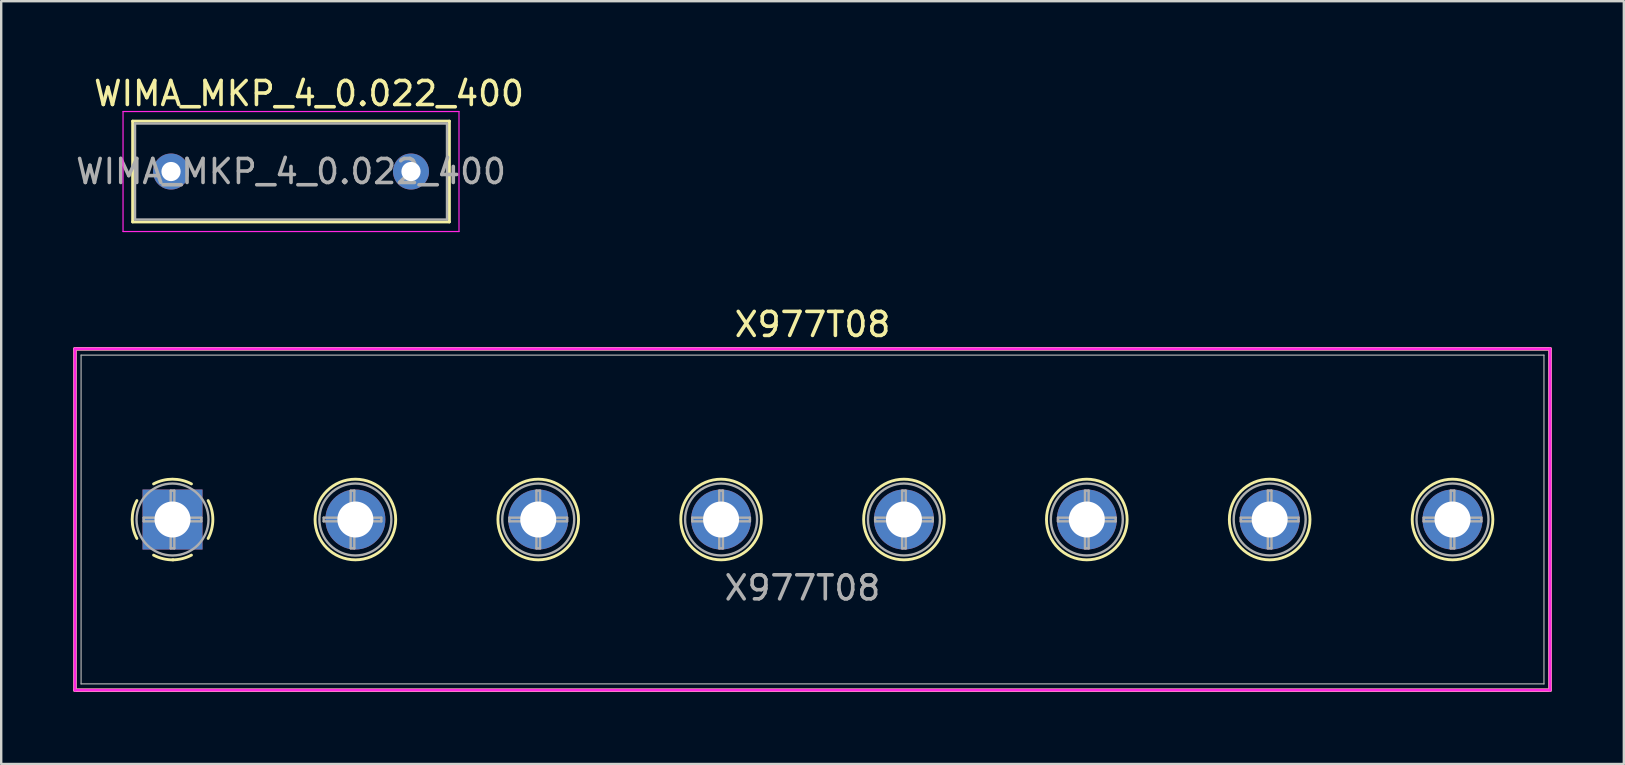
<source format=kicad_pcb>
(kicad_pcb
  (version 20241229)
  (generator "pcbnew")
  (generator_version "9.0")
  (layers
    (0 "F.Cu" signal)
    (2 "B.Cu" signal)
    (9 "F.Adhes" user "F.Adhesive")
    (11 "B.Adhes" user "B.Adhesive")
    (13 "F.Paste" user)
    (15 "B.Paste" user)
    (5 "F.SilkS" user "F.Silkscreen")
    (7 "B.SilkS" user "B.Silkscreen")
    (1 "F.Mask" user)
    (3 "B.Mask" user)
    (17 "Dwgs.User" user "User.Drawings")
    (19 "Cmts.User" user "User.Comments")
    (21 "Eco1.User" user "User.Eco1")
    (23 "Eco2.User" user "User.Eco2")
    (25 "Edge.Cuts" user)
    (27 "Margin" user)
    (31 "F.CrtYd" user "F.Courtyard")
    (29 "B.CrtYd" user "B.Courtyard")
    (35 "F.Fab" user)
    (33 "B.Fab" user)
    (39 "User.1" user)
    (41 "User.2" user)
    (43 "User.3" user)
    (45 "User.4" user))
  (footprint "WIMA_MKP_4_0.022_400"
    (layer "F.Cu")
    (at 4.077 4.098)
    (property "Reference" "WIMA_MKP_4_0.022_400" (at 5.75 -3.25 0) (layer "F.SilkS") (effects (font (size 1 1) (thickness 0.15))))
    (attr through_hole)
    (fp_line (start -1.6 -2.1) (end -1.6 2.1) (stroke (width 0.12) (type solid)) (layer "F.SilkS"))
    (fp_line (start -1.6 2.1) (end 11.6 2.1) (stroke (width 0.12) (type solid)) (layer "F.SilkS"))
    (fp_line (start 11.6 -2.1) (end -1.6 -2.1) (stroke (width 0.12) (type solid)) (layer "F.SilkS"))
    (fp_line (start 11.6 2.1) (end 11.6 -2.1) (stroke (width 0.12) (type solid)) (layer "F.SilkS"))
    (fp_line (start -2 -2.5) (end -2 2.5) (stroke (width 0.05) (type solid)) (layer "F.CrtYd"))
    (fp_line (start -2 2.5) (end 12 2.5) (stroke (width 0.05) (type solid)) (layer "F.CrtYd"))
    (fp_line (start 12 -2.5) (end -2 -2.5) (stroke (width 0.05) (type solid)) (layer "F.CrtYd"))
    (fp_line (start 12 2.5) (end 12 -2.5) (stroke (width 0.05) (type solid)) (layer "F.CrtYd"))
    (fp_line (start -1.5 -2) (end -1.5 2) (stroke (width 0.1) (type solid)) (layer "F.Fab"))
    (fp_line (start -1.5 2) (end 11.5 2) (stroke (width 0.1) (type solid)) (layer "F.Fab"))
    (fp_line (start 11.5 -2) (end -1.5 -2) (stroke (width 0.1) (type solid)) (layer "F.Fab"))
    (fp_line (start 11.5 2) (end 11.5 -2) (stroke (width 0.1) (type solid)) (layer "F.Fab"))
    (fp_text user "${REFERENCE}" (at 5 0 0) (layer "F.Fab") (effects (font (size 1 1) (thickness 0.15))))
    (pad "1" thru_hole circle (at 0 0) (size 1.5 1.5) (drill 0.8) (layers "*.Cu" "*.Mask"))
    (pad "2" thru_hole circle (at 10 0) (size 1.5 1.5) (drill 0.8) (layers "*.Cu" "*.Mask")))
  (footprint "X977T08"
    (layer "F.Cu")
    (at 4.139 18.599)
    (property "Reference" "X977T08" (at 26.67 -8.128 0) (layer "F.SilkS") (effects (font (size 1 1) (thickness 0.15))))
    (attr through_hole)
    (fp_line (start -4.064 -7.112) (end -4.064 7.112) (stroke (width 0.15) (type solid)) (layer "F.SilkS"))
    (fp_line (start -4.064 7.112) (end 57.404 7.112) (stroke (width 0.15) (type solid)) (layer "F.SilkS"))
    (fp_line (start 57.404 -7.112) (end -4.064 -7.112) (stroke (width 0.15) (type solid)) (layer "F.SilkS"))
    (fp_line (start 57.404 7.112) (end 57.404 -7.112) (stroke (width 0.15) (type solid)) (layer "F.SilkS"))
    (fp_arc (start -1.483953 0.789089) (mid -1.680708 0.00005) (end -1.484 -0.789) (stroke (width 0.12) (type solid)) (layer "F.SilkS"))
    (fp_arc (start -0.789089 -1.483953) (mid -0.00005 -1.680708) (end 0.789 -1.484) (stroke (width 0.12) (type solid)) (layer "F.SilkS"))
    (fp_arc (start 0.029383 1.68045) (mid -0.392304 1.634281) (end -0.789 1.484) (stroke (width 0.12) (type solid)) (layer "F.SilkS"))
    (fp_arc (start 0.788712 1.483352) (mid 0.406429 1.630097) (end 0 1.68) (stroke (width 0.12) (type solid)) (layer "F.SilkS"))
    (fp_arc (start 1.483953 -0.789089) (mid 1.680708 -0.00005) (end 1.484 0.789) (stroke (width 0.12) (type solid)) (layer "F.SilkS"))
    (fp_circle (center 7.62 0) (end 9.3 0) (stroke (width 0.12) (type solid)) (fill no) (layer "F.SilkS"))
    (fp_circle (center 15.24 0) (end 16.92 0) (stroke (width 0.12) (type solid)) (fill no) (layer "F.SilkS"))
    (fp_circle (center 22.86 0) (end 24.54 0) (stroke (width 0.12) (type solid)) (fill no) (layer "F.SilkS"))
    (fp_circle (center 30.48 0) (end 32.16 0) (stroke (width 0.12) (type solid)) (fill no) (layer "F.SilkS"))
    (fp_circle (center 38.1 0) (end 39.78 0) (stroke (width 0.12) (type solid)) (fill no) (layer "F.SilkS"))
    (fp_circle (center 45.72 0) (end 47.4 0) (stroke (width 0.12) (type solid)) (fill no) (layer "F.SilkS"))
    (fp_circle (center 53.34 0) (end 55.02 0) (stroke (width 0.12) (type solid)) (fill no) (layer "F.SilkS"))
    (fp_line (start -4.064 -7.112) (end 57.404 -7.112) (stroke (width 0.12) (type solid)) (layer "F.CrtYd"))
    (fp_line (start -4.064 7.112) (end -4.064 -7.112) (stroke (width 0.12) (type solid)) (layer "F.CrtYd"))
    (fp_line (start 57.404 -7.112) (end 57.404 7.112) (stroke (width 0.12) (type solid)) (layer "F.CrtYd"))
    (fp_line (start 57.404 7.112) (end -4.064 7.112) (stroke (width 0.12) (type solid)) (layer "F.CrtYd"))
    (fp_line (start -3.81 -6.85) (end -3.81 6.85) (stroke (width 0.05) (type solid)) (layer "F.Fab"))
    (fp_line (start -3.81 6.85) (end 57.15 6.85) (stroke (width 0.05) (type solid)) (layer "F.Fab"))
    (fp_line (start -1.201 -0.076) (end -0.076 -0.076) (stroke (width 0.1) (type solid)) (layer "F.Fab"))
    (fp_line (start -1.201 0.076) (end -1.201 -0.076) (stroke (width 0.1) (type solid)) (layer "F.Fab"))
    (fp_line (start -0.076 -1.201) (end 0.076 -1.201) (stroke (width 0.1) (type solid)) (layer "F.Fab"))
    (fp_line (start -0.076 -0.076) (end -0.076 -1.201) (stroke (width 0.1) (type solid)) (layer "F.Fab"))
    (fp_line (start -0.076 0.076) (end -1.201 0.076) (stroke (width 0.1) (type solid)) (layer "F.Fab"))
    (fp_line (start -0.076 1.201) (end -0.076 0.076) (stroke (width 0.1) (type solid)) (layer "F.Fab"))
    (fp_line (start 0.076 -1.201) (end 0.076 -0.076) (stroke (width 0.1) (type solid)) (layer "F.Fab"))
    (fp_line (start 0.076 -0.076) (end 1.201 -0.076) (stroke (width 0.1) (type solid)) (layer "F.Fab"))
    (fp_line (start 0.076 0.076) (end 0.076 1.201) (stroke (width 0.1) (type solid)) (layer "F.Fab"))
    (fp_line (start 0.076 1.201) (end -0.076 1.201) (stroke (width 0.1) (type solid)) (layer "F.Fab"))
    (fp_line (start 1.201 -0.076) (end 1.201 0.076) (stroke (width 0.1) (type solid)) (layer "F.Fab"))
    (fp_line (start 1.201 0.076) (end 0.076 0.076) (stroke (width 0.1) (type solid)) (layer "F.Fab"))
    (fp_line (start 6.299 -0.076) (end 7.424 -0.076) (stroke (width 0.1) (type solid)) (layer "F.Fab"))
    (fp_line (start 6.299 0.076) (end 6.299 -0.076) (stroke (width 0.1) (type solid)) (layer "F.Fab"))
    (fp_line (start 7.424 -1.201) (end 7.576 -1.201) (stroke (width 0.1) (type solid)) (layer "F.Fab"))
    (fp_line (start 7.424 -0.076) (end 7.424 -1.201) (stroke (width 0.1) (type solid)) (layer "F.Fab"))
    (fp_line (start 7.424 0.076) (end 6.299 0.076) (stroke (width 0.1) (type solid)) (layer "F.Fab"))
    (fp_line (start 7.424 1.201) (end 7.424 0.076) (stroke (width 0.1) (type solid)) (layer "F.Fab"))
    (fp_line (start 7.576 -1.201) (end 7.576 -0.076) (stroke (width 0.1) (type solid)) (layer "F.Fab"))
    (fp_line (start 7.576 -0.076) (end 8.701 -0.076) (stroke (width 0.1) (type solid)) (layer "F.Fab"))
    (fp_line (start 7.576 0.076) (end 7.576 1.201) (stroke (width 0.1) (type solid)) (layer "F.Fab"))
    (fp_line (start 7.576 1.201) (end 7.424 1.201) (stroke (width 0.1) (type solid)) (layer "F.Fab"))
    (fp_line (start 8.701 -0.076) (end 8.701 0.076) (stroke (width 0.1) (type solid)) (layer "F.Fab"))
    (fp_line (start 8.701 0.076) (end 7.576 0.076) (stroke (width 0.1) (type solid)) (layer "F.Fab"))
    (fp_line (start 14.039 -0.076) (end 15.164 -0.076) (stroke (width 0.1) (type solid)) (layer "F.Fab"))
    (fp_line (start 14.039 0.076) (end 14.039 -0.076) (stroke (width 0.1) (type solid)) (layer "F.Fab"))
    (fp_line (start 15.164 -1.201) (end 15.316 -1.201) (stroke (width 0.1) (type solid)) (layer "F.Fab"))
    (fp_line (start 15.164 -0.076) (end 15.164 -1.201) (stroke (width 0.1) (type solid)) (layer "F.Fab"))
    (fp_line (start 15.164 0.076) (end 14.039 0.076) (stroke (width 0.1) (type solid)) (layer "F.Fab"))
    (fp_line (start 15.164 1.201) (end 15.164 0.076) (stroke (width 0.1) (type solid)) (layer "F.Fab"))
    (fp_line (start 15.316 -1.201) (end 15.316 -0.076) (stroke (width 0.1) (type solid)) (layer "F.Fab"))
    (fp_line (start 15.316 -0.076) (end 16.441 -0.076) (stroke (width 0.1) (type solid)) (layer "F.Fab"))
    (fp_line (start 15.316 0.076) (end 15.316 1.201) (stroke (width 0.1) (type solid)) (layer "F.Fab"))
    (fp_line (start 15.316 1.201) (end 15.164 1.201) (stroke (width 0.1) (type solid)) (layer "F.Fab"))
    (fp_line (start 16.441 -0.076) (end 16.441 0.076) (stroke (width 0.1) (type solid)) (layer "F.Fab"))
    (fp_line (start 16.441 0.076) (end 15.316 0.076) (stroke (width 0.1) (type solid)) (layer "F.Fab"))
    (fp_line (start 21.659 -0.076) (end 22.784 -0.076) (stroke (width 0.1) (type solid)) (layer "F.Fab"))
    (fp_line (start 21.659 0.076) (end 21.659 -0.076) (stroke (width 0.1) (type solid)) (layer "F.Fab"))
    (fp_line (start 22.784 -1.201) (end 22.936 -1.201) (stroke (width 0.1) (type solid)) (layer "F.Fab"))
    (fp_line (start 22.784 -0.076) (end 22.784 -1.201) (stroke (width 0.1) (type solid)) (layer "F.Fab"))
    (fp_line (start 22.784 0.076) (end 21.659 0.076) (stroke (width 0.1) (type solid)) (layer "F.Fab"))
    (fp_line (start 22.784 1.201) (end 22.784 0.076) (stroke (width 0.1) (type solid)) (layer "F.Fab"))
    (fp_line (start 22.936 -1.201) (end 22.936 -0.076) (stroke (width 0.1) (type solid)) (layer "F.Fab"))
    (fp_line (start 22.936 -0.076) (end 24.061 -0.076) (stroke (width 0.1) (type solid)) (layer "F.Fab"))
    (fp_line (start 22.936 0.076) (end 22.936 1.201) (stroke (width 0.1) (type solid)) (layer "F.Fab"))
    (fp_line (start 22.936 1.201) (end 22.784 1.201) (stroke (width 0.1) (type solid)) (layer "F.Fab"))
    (fp_line (start 24.061 -0.076) (end 24.061 0.076) (stroke (width 0.1) (type solid)) (layer "F.Fab"))
    (fp_line (start 24.061 0.076) (end 22.936 0.076) (stroke (width 0.1) (type solid)) (layer "F.Fab"))
    (fp_line (start 29.279 -0.076) (end 30.404 -0.076) (stroke (width 0.1) (type solid)) (layer "F.Fab"))
    (fp_line (start 29.279 0.076) (end 29.279 -0.076) (stroke (width 0.1) (type solid)) (layer "F.Fab"))
    (fp_line (start 30.404 -1.201) (end 30.556 -1.201) (stroke (width 0.1) (type solid)) (layer "F.Fab"))
    (fp_line (start 30.404 -0.076) (end 30.404 -1.201) (stroke (width 0.1) (type solid)) (layer "F.Fab"))
    (fp_line (start 30.404 0.076) (end 29.279 0.076) (stroke (width 0.1) (type solid)) (layer "F.Fab"))
    (fp_line (start 30.404 1.201) (end 30.404 0.076) (stroke (width 0.1) (type solid)) (layer "F.Fab"))
    (fp_line (start 30.556 -1.201) (end 30.556 -0.076) (stroke (width 0.1) (type solid)) (layer "F.Fab"))
    (fp_line (start 30.556 -0.076) (end 31.681 -0.076) (stroke (width 0.1) (type solid)) (layer "F.Fab"))
    (fp_line (start 30.556 0.076) (end 30.556 1.201) (stroke (width 0.1) (type solid)) (layer "F.Fab"))
    (fp_line (start 30.556 1.201) (end 30.404 1.201) (stroke (width 0.1) (type solid)) (layer "F.Fab"))
    (fp_line (start 31.681 -0.076) (end 31.681 0.076) (stroke (width 0.1) (type solid)) (layer "F.Fab"))
    (fp_line (start 31.681 0.076) (end 30.556 0.076) (stroke (width 0.1) (type solid)) (layer "F.Fab"))
    (fp_line (start 36.899 -0.076) (end 38.024 -0.076) (stroke (width 0.1) (type solid)) (layer "F.Fab"))
    (fp_line (start 36.899 0.076) (end 36.899 -0.076) (stroke (width 0.1) (type solid)) (layer "F.Fab"))
    (fp_line (start 38.024 -1.201) (end 38.176 -1.201) (stroke (width 0.1) (type solid)) (layer "F.Fab"))
    (fp_line (start 38.024 -0.076) (end 38.024 -1.201) (stroke (width 0.1) (type solid)) (layer "F.Fab"))
    (fp_line (start 38.024 0.076) (end 36.899 0.076) (stroke (width 0.1) (type solid)) (layer "F.Fab"))
    (fp_line (start 38.024 1.201) (end 38.024 0.076) (stroke (width 0.1) (type solid)) (layer "F.Fab"))
    (fp_line (start 38.176 -1.201) (end 38.176 -0.076) (stroke (width 0.1) (type solid)) (layer "F.Fab"))
    (fp_line (start 38.176 -0.076) (end 39.301 -0.076) (stroke (width 0.1) (type solid)) (layer "F.Fab"))
    (fp_line (start 38.176 0.076) (end 38.176 1.201) (stroke (width 0.1) (type solid)) (layer "F.Fab"))
    (fp_line (start 38.176 1.201) (end 38.024 1.201) (stroke (width 0.1) (type solid)) (layer "F.Fab"))
    (fp_line (start 39.301 -0.076) (end 39.301 0.076) (stroke (width 0.1) (type solid)) (layer "F.Fab"))
    (fp_line (start 39.301 0.076) (end 38.176 0.076) (stroke (width 0.1) (type solid)) (layer "F.Fab"))
    (fp_line (start 44.519 -0.076) (end 45.644 -0.076) (stroke (width 0.1) (type solid)) (layer "F.Fab"))
    (fp_line (start 44.519 0.076) (end 44.519 -0.076) (stroke (width 0.1) (type solid)) (layer "F.Fab"))
    (fp_line (start 45.644 -1.201) (end 45.796 -1.201) (stroke (width 0.1) (type solid)) (layer "F.Fab"))
    (fp_line (start 45.644 -0.076) (end 45.644 -1.201) (stroke (width 0.1) (type solid)) (layer "F.Fab"))
    (fp_line (start 45.644 0.076) (end 44.519 0.076) (stroke (width 0.1) (type solid)) (layer "F.Fab"))
    (fp_line (start 45.644 1.201) (end 45.644 0.076) (stroke (width 0.1) (type solid)) (layer "F.Fab"))
    (fp_line (start 45.796 -1.201) (end 45.796 -0.076) (stroke (width 0.1) (type solid)) (layer "F.Fab"))
    (fp_line (start 45.796 -0.076) (end 46.921 -0.076) (stroke (width 0.1) (type solid)) (layer "F.Fab"))
    (fp_line (start 45.796 0.076) (end 45.796 1.201) (stroke (width 0.1) (type solid)) (layer "F.Fab"))
    (fp_line (start 45.796 1.201) (end 45.644 1.201) (stroke (width 0.1) (type solid)) (layer "F.Fab"))
    (fp_line (start 46.921 -0.076) (end 46.921 0.076) (stroke (width 0.1) (type solid)) (layer "F.Fab"))
    (fp_line (start 46.921 0.076) (end 45.796 0.076) (stroke (width 0.1) (type solid)) (layer "F.Fab"))
    (fp_line (start 52.139 -0.076) (end 53.264 -0.076) (stroke (width 0.1) (type solid)) (layer "F.Fab"))
    (fp_line (start 52.139 0.076) (end 52.139 -0.076) (stroke (width 0.1) (type solid)) (layer "F.Fab"))
    (fp_line (start 53.264 -1.201) (end 53.416 -1.201) (stroke (width 0.1) (type solid)) (layer "F.Fab"))
    (fp_line (start 53.264 -0.076) (end 53.264 -1.201) (stroke (width 0.1) (type solid)) (layer "F.Fab"))
    (fp_line (start 53.264 0.076) (end 52.139 0.076) (stroke (width 0.1) (type solid)) (layer "F.Fab"))
    (fp_line (start 53.264 1.201) (end 53.264 0.076) (stroke (width 0.1) (type solid)) (layer "F.Fab"))
    (fp_line (start 53.416 -1.201) (end 53.416 -0.076) (stroke (width 0.1) (type solid)) (layer "F.Fab"))
    (fp_line (start 53.416 -0.076) (end 54.541 -0.076) (stroke (width 0.1) (type solid)) (layer "F.Fab"))
    (fp_line (start 53.416 0.076) (end 53.416 1.201) (stroke (width 0.1) (type solid)) (layer "F.Fab"))
    (fp_line (start 53.416 1.201) (end 53.264 1.201) (stroke (width 0.1) (type solid)) (layer "F.Fab"))
    (fp_line (start 54.541 -0.076) (end 54.541 0.076) (stroke (width 0.1) (type solid)) (layer "F.Fab"))
    (fp_line (start 54.541 0.076) (end 53.416 0.076) (stroke (width 0.1) (type solid)) (layer "F.Fab"))
    (fp_line (start 57.15 -6.85) (end -3.81 -6.85) (stroke (width 0.05) (type solid)) (layer "F.Fab"))
    (fp_line (start 57.15 6.85) (end 57.15 -6.85) (stroke (width 0.05) (type solid)) (layer "F.Fab"))
    (fp_circle (center 0 0) (end 1.5 0) (stroke (width 0.1) (type solid)) (fill no) (layer "F.Fab"))
    (fp_circle (center 7.62 0) (end 9.12 0) (stroke (width 0.1) (type solid)) (fill no) (layer "F.Fab"))
    (fp_circle (center 15.24 0) (end 16.74 0) (stroke (width 0.1) (type solid)) (fill no) (layer "F.Fab"))
    (fp_circle (center 22.86 0) (end 24.36 0) (stroke (width 0.1) (type solid)) (fill no) (layer "F.Fab"))
    (fp_circle (center 30.48 0) (end 31.98 0) (stroke (width 0.1) (type solid)) (fill no) (layer "F.Fab"))
    (fp_circle (center 38.1 0) (end 39.6 0) (stroke (width 0.1) (type solid)) (fill no) (layer "F.Fab"))
    (fp_circle (center 45.72 0) (end 47.22 0) (stroke (width 0.1) (type solid)) (fill no) (layer "F.Fab"))
    (fp_circle (center 53.34 0) (end 54.84 0) (stroke (width 0.1) (type solid)) (fill no) (layer "F.Fab"))
    (fp_text user "${REFERENCE}" (at 26.25 2.85 0) (layer "F.Fab") (effects (font (size 1 1) (thickness 0.15))))
    (pad "1" thru_hole rect (at 0 0) (size 2.5 2.5) (drill 1.5) (layers "*.Cu" "*.Mask"))
    (pad "2" thru_hole circle (at 7.62 0) (size 2.5 2.5) (drill 1.5) (layers "*.Cu" "*.Mask"))
    (pad "3" thru_hole circle (at 15.24 0) (size 2.5 2.5) (drill 1.5) (layers "*.Cu" "*.Mask"))
    (pad "4" thru_hole circle (at 22.86 0) (size 2.5 2.5) (drill 1.5) (layers "*.Cu" "*.Mask"))
    (pad "5" thru_hole circle (at 30.48 0) (size 2.5 2.5) (drill 1.5) (layers "*.Cu" "*.Mask"))
    (pad "6" thru_hole circle (at 38.1 0) (size 2.5 2.5) (drill 1.5) (layers "*.Cu" "*.Mask"))
    (pad "7" thru_hole circle (at 45.72 0) (size 2.5 2.5) (drill 1.5) (layers "*.Cu" "*.Mask"))
    (pad "8" thru_hole circle (at 53.34 0) (size 2.5 2.5) (drill 1.5) (layers "*.Cu" "*.Mask")))
  (gr_rect
    (start -3 -3)
    (end 64.618 28.787)
    (stroke (width 0.1) (type default))
    (fill no)
    (layer "Edge.Cuts")))
</source>
